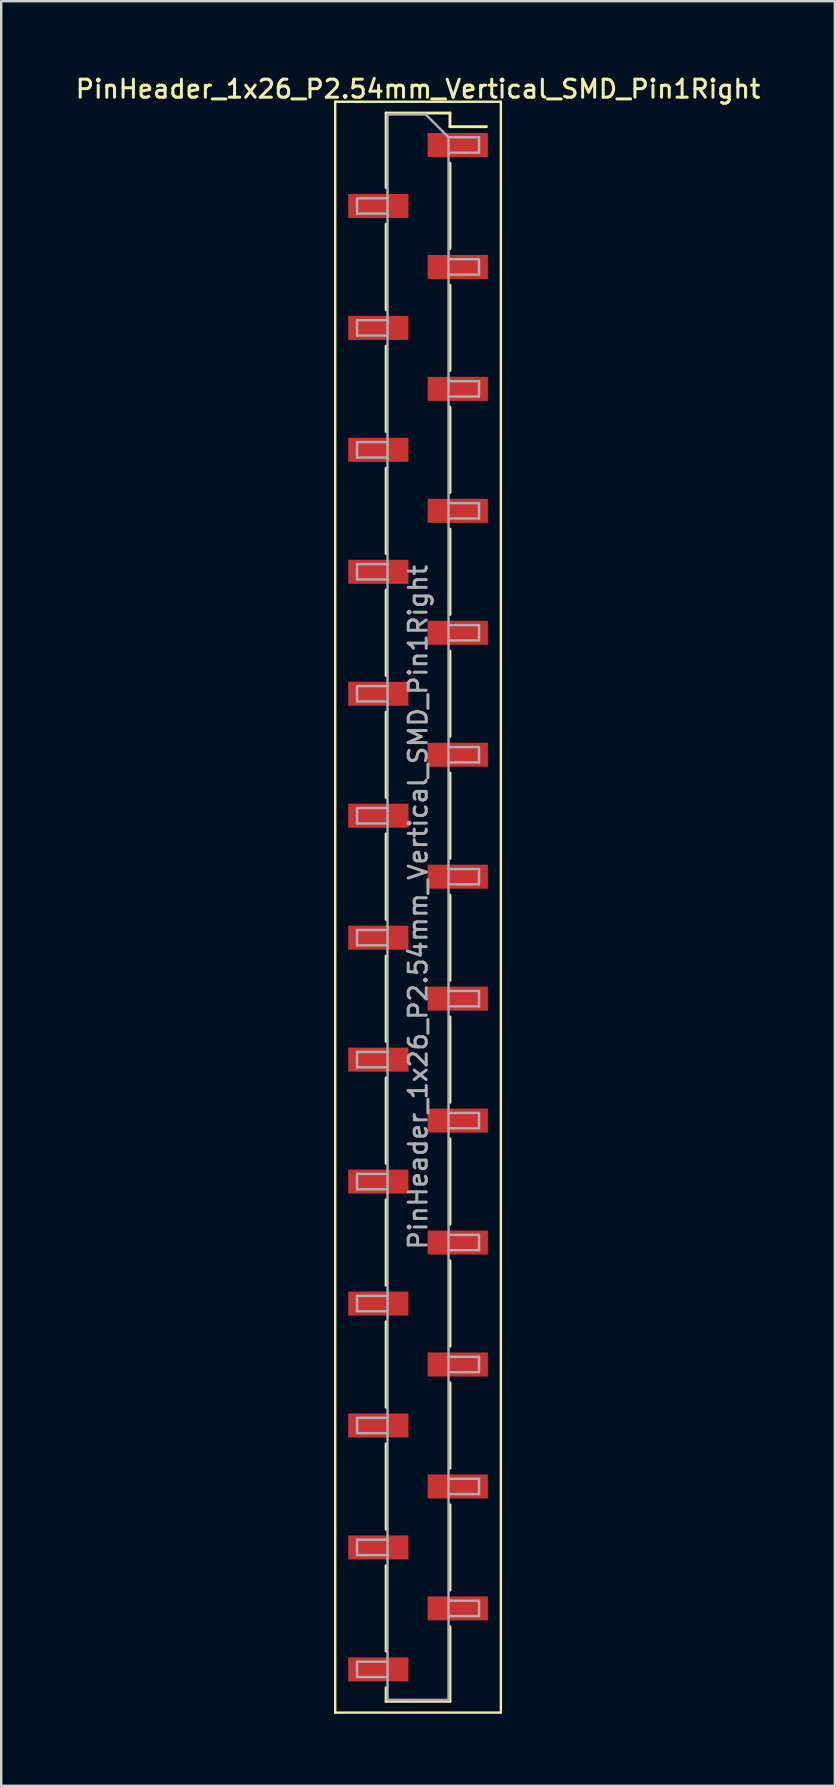
<source format=kicad_pcb>
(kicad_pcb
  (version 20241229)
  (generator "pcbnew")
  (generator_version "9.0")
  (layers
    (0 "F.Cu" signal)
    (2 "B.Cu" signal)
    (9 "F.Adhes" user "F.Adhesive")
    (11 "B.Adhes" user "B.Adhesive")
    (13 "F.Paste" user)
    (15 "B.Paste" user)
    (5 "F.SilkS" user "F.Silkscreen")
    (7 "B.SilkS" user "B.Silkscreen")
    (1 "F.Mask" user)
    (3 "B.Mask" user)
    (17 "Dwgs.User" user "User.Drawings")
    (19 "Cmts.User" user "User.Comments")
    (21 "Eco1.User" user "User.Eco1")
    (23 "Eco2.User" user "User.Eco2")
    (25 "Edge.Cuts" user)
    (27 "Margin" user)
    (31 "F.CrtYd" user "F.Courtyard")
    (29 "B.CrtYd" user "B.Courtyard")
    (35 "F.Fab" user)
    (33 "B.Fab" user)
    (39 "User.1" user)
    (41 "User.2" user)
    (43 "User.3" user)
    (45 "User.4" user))
  (footprint "PinHeader_1x26_P2.54mm_Vertical_SMD_Pin1Right"
    (layer "F.Cu")
    (at 14.363 34.738)
    (property "Reference" "PinHeader_1x26_P2.54mm_Vertical_SMD_Pin1Right" (at 0 -34.08 0) (layer "F.SilkS") (effects (font (size 0.75 0.75) (thickness 0.125))))
    (attr smd)
    (fp_line (start -3.45 -33.55) (end -3.45 33.55) (stroke (width 0.1) (type solid)) (layer "F.SilkS"))
    (fp_line (start -3.45 33.55) (end 3.45 33.55) (stroke (width 0.1) (type solid)) (layer "F.SilkS"))
    (fp_line (start -1.33 -33.08) (end -1.33 -29.97) (stroke (width 0.12) (type solid)) (layer "F.SilkS"))
    (fp_line (start -1.33 -33.08) (end 1.33 -33.08) (stroke (width 0.12) (type solid)) (layer "F.SilkS"))
    (fp_line (start -1.33 -28.45) (end -1.33 -24.89) (stroke (width 0.12) (type solid)) (layer "F.SilkS"))
    (fp_line (start -1.33 -23.37) (end -1.33 -19.81) (stroke (width 0.12) (type solid)) (layer "F.SilkS"))
    (fp_line (start -1.33 -18.29) (end -1.33 -14.73) (stroke (width 0.12) (type solid)) (layer "F.SilkS"))
    (fp_line (start -1.33 -13.21) (end -1.33 -9.65) (stroke (width 0.12) (type solid)) (layer "F.SilkS"))
    (fp_line (start -1.33 -8.13) (end -1.33 -4.57) (stroke (width 0.12) (type solid)) (layer "F.SilkS"))
    (fp_line (start -1.33 -3.05) (end -1.33 0.51) (stroke (width 0.12) (type solid)) (layer "F.SilkS"))
    (fp_line (start -1.33 2.03) (end -1.33 5.59) (stroke (width 0.12) (type solid)) (layer "F.SilkS"))
    (fp_line (start -1.33 7.11) (end -1.33 10.67) (stroke (width 0.12) (type solid)) (layer "F.SilkS"))
    (fp_line (start -1.33 12.19) (end -1.33 15.75) (stroke (width 0.12) (type solid)) (layer "F.SilkS"))
    (fp_line (start -1.33 17.27) (end -1.33 20.83) (stroke (width 0.12) (type solid)) (layer "F.SilkS"))
    (fp_line (start -1.33 22.35) (end -1.33 25.91) (stroke (width 0.12) (type solid)) (layer "F.SilkS"))
    (fp_line (start -1.33 27.43) (end -1.33 30.99) (stroke (width 0.12) (type solid)) (layer "F.SilkS"))
    (fp_line (start -1.33 32.51) (end -1.33 33.08) (stroke (width 0.12) (type solid)) (layer "F.SilkS"))
    (fp_line (start -1.33 33.08) (end 1.33 33.08) (stroke (width 0.12) (type solid)) (layer "F.SilkS"))
    (fp_line (start 1.33 -33.08) (end 1.33 -32.51) (stroke (width 0.12) (type solid)) (layer "F.SilkS"))
    (fp_line (start 1.33 -32.51) (end 2.85 -32.51) (stroke (width 0.12) (type solid)) (layer "F.SilkS"))
    (fp_line (start 1.33 -30.99) (end 1.33 -27.43) (stroke (width 0.12) (type solid)) (layer "F.SilkS"))
    (fp_line (start 1.33 -25.91) (end 1.33 -22.35) (stroke (width 0.12) (type solid)) (layer "F.SilkS"))
    (fp_line (start 1.33 -20.83) (end 1.33 -17.27) (stroke (width 0.12) (type solid)) (layer "F.SilkS"))
    (fp_line (start 1.33 -15.75) (end 1.33 -12.19) (stroke (width 0.12) (type solid)) (layer "F.SilkS"))
    (fp_line (start 1.33 -10.67) (end 1.33 -7.11) (stroke (width 0.12) (type solid)) (layer "F.SilkS"))
    (fp_line (start 1.33 -5.59) (end 1.33 -2.03) (stroke (width 0.12) (type solid)) (layer "F.SilkS"))
    (fp_line (start 1.33 -0.51) (end 1.33 3.05) (stroke (width 0.12) (type solid)) (layer "F.SilkS"))
    (fp_line (start 1.33 4.57) (end 1.33 8.13) (stroke (width 0.12) (type solid)) (layer "F.SilkS"))
    (fp_line (start 1.33 9.65) (end 1.33 13.21) (stroke (width 0.12) (type solid)) (layer "F.SilkS"))
    (fp_line (start 1.33 14.73) (end 1.33 18.29) (stroke (width 0.12) (type solid)) (layer "F.SilkS"))
    (fp_line (start 1.33 19.81) (end 1.33 23.37) (stroke (width 0.12) (type solid)) (layer "F.SilkS"))
    (fp_line (start 1.33 24.89) (end 1.33 28.45) (stroke (width 0.12) (type solid)) (layer "F.SilkS"))
    (fp_line (start 1.33 29.97) (end 1.33 33.08) (stroke (width 0.12) (type solid)) (layer "F.SilkS"))
    (fp_line (start 3.45 -33.55) (end -3.45 -33.55) (stroke (width 0.1) (type solid)) (layer "F.SilkS"))
    (fp_line (start 3.45 33.55) (end 3.45 -33.55) (stroke (width 0.1) (type solid)) (layer "F.SilkS"))
    (fp_line (start -2.54 -29.53) (end -2.54 -28.89) (stroke (width 0.1) (type solid)) (layer "F.Fab"))
    (fp_line (start -2.54 -28.89) (end -1.27 -28.89) (stroke (width 0.1) (type solid)) (layer "F.Fab"))
    (fp_line (start -2.54 -24.45) (end -2.54 -23.81) (stroke (width 0.1) (type solid)) (layer "F.Fab"))
    (fp_line (start -2.54 -23.81) (end -1.27 -23.81) (stroke (width 0.1) (type solid)) (layer "F.Fab"))
    (fp_line (start -2.54 -19.37) (end -2.54 -18.73) (stroke (width 0.1) (type solid)) (layer "F.Fab"))
    (fp_line (start -2.54 -18.73) (end -1.27 -18.73) (stroke (width 0.1) (type solid)) (layer "F.Fab"))
    (fp_line (start -2.54 -14.29) (end -2.54 -13.65) (stroke (width 0.1) (type solid)) (layer "F.Fab"))
    (fp_line (start -2.54 -13.65) (end -1.27 -13.65) (stroke (width 0.1) (type solid)) (layer "F.Fab"))
    (fp_line (start -2.54 -9.21) (end -2.54 -8.57) (stroke (width 0.1) (type solid)) (layer "F.Fab"))
    (fp_line (start -2.54 -8.57) (end -1.27 -8.57) (stroke (width 0.1) (type solid)) (layer "F.Fab"))
    (fp_line (start -2.54 -4.13) (end -2.54 -3.49) (stroke (width 0.1) (type solid)) (layer "F.Fab"))
    (fp_line (start -2.54 -3.49) (end -1.27 -3.49) (stroke (width 0.1) (type solid)) (layer "F.Fab"))
    (fp_line (start -2.54 0.95) (end -2.54 1.59) (stroke (width 0.1) (type solid)) (layer "F.Fab"))
    (fp_line (start -2.54 1.59) (end -1.27 1.59) (stroke (width 0.1) (type solid)) (layer "F.Fab"))
    (fp_line (start -2.54 6.03) (end -2.54 6.67) (stroke (width 0.1) (type solid)) (layer "F.Fab"))
    (fp_line (start -2.54 6.67) (end -1.27 6.67) (stroke (width 0.1) (type solid)) (layer "F.Fab"))
    (fp_line (start -2.54 11.11) (end -2.54 11.75) (stroke (width 0.1) (type solid)) (layer "F.Fab"))
    (fp_line (start -2.54 11.75) (end -1.27 11.75) (stroke (width 0.1) (type solid)) (layer "F.Fab"))
    (fp_line (start -2.54 16.19) (end -2.54 16.83) (stroke (width 0.1) (type solid)) (layer "F.Fab"))
    (fp_line (start -2.54 16.83) (end -1.27 16.83) (stroke (width 0.1) (type solid)) (layer "F.Fab"))
    (fp_line (start -2.54 21.27) (end -2.54 21.91) (stroke (width 0.1) (type solid)) (layer "F.Fab"))
    (fp_line (start -2.54 21.91) (end -1.27 21.91) (stroke (width 0.1) (type solid)) (layer "F.Fab"))
    (fp_line (start -2.54 26.35) (end -2.54 26.99) (stroke (width 0.1) (type solid)) (layer "F.Fab"))
    (fp_line (start -2.54 26.99) (end -1.27 26.99) (stroke (width 0.1) (type solid)) (layer "F.Fab"))
    (fp_line (start -2.54 31.43) (end -2.54 32.07) (stroke (width 0.1) (type solid)) (layer "F.Fab"))
    (fp_line (start -2.54 32.07) (end -1.27 32.07) (stroke (width 0.1) (type solid)) (layer "F.Fab"))
    (fp_line (start -1.27 -33.02) (end -1.27 33.02) (stroke (width 0.1) (type solid)) (layer "F.Fab"))
    (fp_line (start -1.27 -33.02) (end 0.32 -33.02) (stroke (width 0.1) (type solid)) (layer "F.Fab"))
    (fp_line (start -1.27 -29.53) (end -2.54 -29.53) (stroke (width 0.1) (type solid)) (layer "F.Fab"))
    (fp_line (start -1.27 -24.45) (end -2.54 -24.45) (stroke (width 0.1) (type solid)) (layer "F.Fab"))
    (fp_line (start -1.27 -19.37) (end -2.54 -19.37) (stroke (width 0.1) (type solid)) (layer "F.Fab"))
    (fp_line (start -1.27 -14.29) (end -2.54 -14.29) (stroke (width 0.1) (type solid)) (layer "F.Fab"))
    (fp_line (start -1.27 -9.21) (end -2.54 -9.21) (stroke (width 0.1) (type solid)) (layer "F.Fab"))
    (fp_line (start -1.27 -4.13) (end -2.54 -4.13) (stroke (width 0.1) (type solid)) (layer "F.Fab"))
    (fp_line (start -1.27 0.95) (end -2.54 0.95) (stroke (width 0.1) (type solid)) (layer "F.Fab"))
    (fp_line (start -1.27 6.03) (end -2.54 6.03) (stroke (width 0.1) (type solid)) (layer "F.Fab"))
    (fp_line (start -1.27 11.11) (end -2.54 11.11) (stroke (width 0.1) (type solid)) (layer "F.Fab"))
    (fp_line (start -1.27 16.19) (end -2.54 16.19) (stroke (width 0.1) (type solid)) (layer "F.Fab"))
    (fp_line (start -1.27 21.27) (end -2.54 21.27) (stroke (width 0.1) (type solid)) (layer "F.Fab"))
    (fp_line (start -1.27 26.35) (end -2.54 26.35) (stroke (width 0.1) (type solid)) (layer "F.Fab"))
    (fp_line (start -1.27 31.43) (end -2.54 31.43) (stroke (width 0.1) (type solid)) (layer "F.Fab"))
    (fp_line (start 1.27 -32.07) (end 0.32 -33.02) (stroke (width 0.1) (type solid)) (layer "F.Fab"))
    (fp_line (start 1.27 -32.07) (end 2.54 -32.07) (stroke (width 0.1) (type solid)) (layer "F.Fab"))
    (fp_line (start 1.27 -26.99) (end 2.54 -26.99) (stroke (width 0.1) (type solid)) (layer "F.Fab"))
    (fp_line (start 1.27 -21.91) (end 2.54 -21.91) (stroke (width 0.1) (type solid)) (layer "F.Fab"))
    (fp_line (start 1.27 -16.83) (end 2.54 -16.83) (stroke (width 0.1) (type solid)) (layer "F.Fab"))
    (fp_line (start 1.27 -11.75) (end 2.54 -11.75) (stroke (width 0.1) (type solid)) (layer "F.Fab"))
    (fp_line (start 1.27 -6.67) (end 2.54 -6.67) (stroke (width 0.1) (type solid)) (layer "F.Fab"))
    (fp_line (start 1.27 -1.59) (end 2.54 -1.59) (stroke (width 0.1) (type solid)) (layer "F.Fab"))
    (fp_line (start 1.27 3.49) (end 2.54 3.49) (stroke (width 0.1) (type solid)) (layer "F.Fab"))
    (fp_line (start 1.27 8.57) (end 2.54 8.57) (stroke (width 0.1) (type solid)) (layer "F.Fab"))
    (fp_line (start 1.27 13.65) (end 2.54 13.65) (stroke (width 0.1) (type solid)) (layer "F.Fab"))
    (fp_line (start 1.27 18.73) (end 2.54 18.73) (stroke (width 0.1) (type solid)) (layer "F.Fab"))
    (fp_line (start 1.27 23.81) (end 2.54 23.81) (stroke (width 0.1) (type solid)) (layer "F.Fab"))
    (fp_line (start 1.27 28.89) (end 2.54 28.89) (stroke (width 0.1) (type solid)) (layer "F.Fab"))
    (fp_line (start 1.27 33.02) (end -1.27 33.02) (stroke (width 0.1) (type solid)) (layer "F.Fab"))
    (fp_line (start 1.27 33.02) (end 1.27 -32.07) (stroke (width 0.1) (type solid)) (layer "F.Fab"))
    (fp_line (start 2.54 -32.07) (end 2.54 -31.43) (stroke (width 0.1) (type solid)) (layer "F.Fab"))
    (fp_line (start 2.54 -31.43) (end 1.27 -31.43) (stroke (width 0.1) (type solid)) (layer "F.Fab"))
    (fp_line (start 2.54 -26.99) (end 2.54 -26.35) (stroke (width 0.1) (type solid)) (layer "F.Fab"))
    (fp_line (start 2.54 -26.35) (end 1.27 -26.35) (stroke (width 0.1) (type solid)) (layer "F.Fab"))
    (fp_line (start 2.54 -21.91) (end 2.54 -21.27) (stroke (width 0.1) (type solid)) (layer "F.Fab"))
    (fp_line (start 2.54 -21.27) (end 1.27 -21.27) (stroke (width 0.1) (type solid)) (layer "F.Fab"))
    (fp_line (start 2.54 -16.83) (end 2.54 -16.19) (stroke (width 0.1) (type solid)) (layer "F.Fab"))
    (fp_line (start 2.54 -16.19) (end 1.27 -16.19) (stroke (width 0.1) (type solid)) (layer "F.Fab"))
    (fp_line (start 2.54 -11.75) (end 2.54 -11.11) (stroke (width 0.1) (type solid)) (layer "F.Fab"))
    (fp_line (start 2.54 -11.11) (end 1.27 -11.11) (stroke (width 0.1) (type solid)) (layer "F.Fab"))
    (fp_line (start 2.54 -6.67) (end 2.54 -6.03) (stroke (width 0.1) (type solid)) (layer "F.Fab"))
    (fp_line (start 2.54 -6.03) (end 1.27 -6.03) (stroke (width 0.1) (type solid)) (layer "F.Fab"))
    (fp_line (start 2.54 -1.59) (end 2.54 -0.95) (stroke (width 0.1) (type solid)) (layer "F.Fab"))
    (fp_line (start 2.54 -0.95) (end 1.27 -0.95) (stroke (width 0.1) (type solid)) (layer "F.Fab"))
    (fp_line (start 2.54 3.49) (end 2.54 4.13) (stroke (width 0.1) (type solid)) (layer "F.Fab"))
    (fp_line (start 2.54 4.13) (end 1.27 4.13) (stroke (width 0.1) (type solid)) (layer "F.Fab"))
    (fp_line (start 2.54 8.57) (end 2.54 9.21) (stroke (width 0.1) (type solid)) (layer "F.Fab"))
    (fp_line (start 2.54 9.21) (end 1.27 9.21) (stroke (width 0.1) (type solid)) (layer "F.Fab"))
    (fp_line (start 2.54 13.65) (end 2.54 14.29) (stroke (width 0.1) (type solid)) (layer "F.Fab"))
    (fp_line (start 2.54 14.29) (end 1.27 14.29) (stroke (width 0.1) (type solid)) (layer "F.Fab"))
    (fp_line (start 2.54 18.73) (end 2.54 19.37) (stroke (width 0.1) (type solid)) (layer "F.Fab"))
    (fp_line (start 2.54 19.37) (end 1.27 19.37) (stroke (width 0.1) (type solid)) (layer "F.Fab"))
    (fp_line (start 2.54 23.81) (end 2.54 24.45) (stroke (width 0.1) (type solid)) (layer "F.Fab"))
    (fp_line (start 2.54 24.45) (end 1.27 24.45) (stroke (width 0.1) (type solid)) (layer "F.Fab"))
    (fp_line (start 2.54 28.89) (end 2.54 29.53) (stroke (width 0.1) (type solid)) (layer "F.Fab"))
    (fp_line (start 2.54 29.53) (end 1.27 29.53) (stroke (width 0.1) (type solid)) (layer "F.Fab"))
    (fp_text user "${REFERENCE}" (at 0 0 90) (layer "F.Fab") (effects (font (size 0.75 0.75) (thickness 0.125))))
    (pad "1" smd rect (at 1.655 -31.75) (size 2.51 1) (layers "F.Cu" "F.Mask" "F.Paste"))
    (pad "2" smd rect (at -1.655 -29.21) (size 2.51 1) (layers "F.Cu" "F.Mask" "F.Paste"))
    (pad "3" smd rect (at 1.655 -26.67) (size 2.51 1) (layers "F.Cu" "F.Mask" "F.Paste"))
    (pad "4" smd rect (at -1.655 -24.13) (size 2.51 1) (layers "F.Cu" "F.Mask" "F.Paste"))
    (pad "5" smd rect (at 1.655 -21.59) (size 2.51 1) (layers "F.Cu" "F.Mask" "F.Paste"))
    (pad "6" smd rect (at -1.655 -19.05) (size 2.51 1) (layers "F.Cu" "F.Mask" "F.Paste"))
    (pad "7" smd rect (at 1.655 -16.51) (size 2.51 1) (layers "F.Cu" "F.Mask" "F.Paste"))
    (pad "8" smd rect (at -1.655 -13.97) (size 2.51 1) (layers "F.Cu" "F.Mask" "F.Paste"))
    (pad "9" smd rect (at 1.655 -11.43) (size 2.51 1) (layers "F.Cu" "F.Mask" "F.Paste"))
    (pad "10" smd rect (at -1.655 -8.89) (size 2.51 1) (layers "F.Cu" "F.Mask" "F.Paste"))
    (pad "11" smd rect (at 1.655 -6.35) (size 2.51 1) (layers "F.Cu" "F.Mask" "F.Paste"))
    (pad "12" smd rect (at -1.655 -3.81) (size 2.51 1) (layers "F.Cu" "F.Mask" "F.Paste"))
    (pad "13" smd rect (at 1.655 -1.27) (size 2.51 1) (layers "F.Cu" "F.Mask" "F.Paste"))
    (pad "14" smd rect (at -1.655 1.27) (size 2.51 1) (layers "F.Cu" "F.Mask" "F.Paste"))
    (pad "15" smd rect (at 1.655 3.81) (size 2.51 1) (layers "F.Cu" "F.Mask" "F.Paste"))
    (pad "16" smd rect (at -1.655 6.35) (size 2.51 1) (layers "F.Cu" "F.Mask" "F.Paste"))
    (pad "17" smd rect (at 1.655 8.89) (size 2.51 1) (layers "F.Cu" "F.Mask" "F.Paste"))
    (pad "18" smd rect (at -1.655 11.43) (size 2.51 1) (layers "F.Cu" "F.Mask" "F.Paste"))
    (pad "19" smd rect (at 1.655 13.97) (size 2.51 1) (layers "F.Cu" "F.Mask" "F.Paste"))
    (pad "20" smd rect (at -1.655 16.51) (size 2.51 1) (layers "F.Cu" "F.Mask" "F.Paste"))
    (pad "21" smd rect (at 1.655 19.05) (size 2.51 1) (layers "F.Cu" "F.Mask" "F.Paste"))
    (pad "22" smd rect (at -1.655 21.59) (size 2.51 1) (layers "F.Cu" "F.Mask" "F.Paste"))
    (pad "23" smd rect (at 1.655 24.13) (size 2.51 1) (layers "F.Cu" "F.Mask" "F.Paste"))
    (pad "24" smd rect (at -1.655 26.67) (size 2.51 1) (layers "F.Cu" "F.Mask" "F.Paste"))
    (pad "25" smd rect (at 1.655 29.21) (size 2.51 1) (layers "F.Cu" "F.Mask" "F.Paste"))
    (pad "26" smd rect (at -1.655 31.75) (size 2.51 1) (layers "F.Cu" "F.Mask" "F.Paste")))
  (gr_rect
    (start -3 -3)
    (end 31.725 71.338)
    (stroke (width 0.1) (type default))
    (fill no)
    (layer "Edge.Cuts")))
</source>
